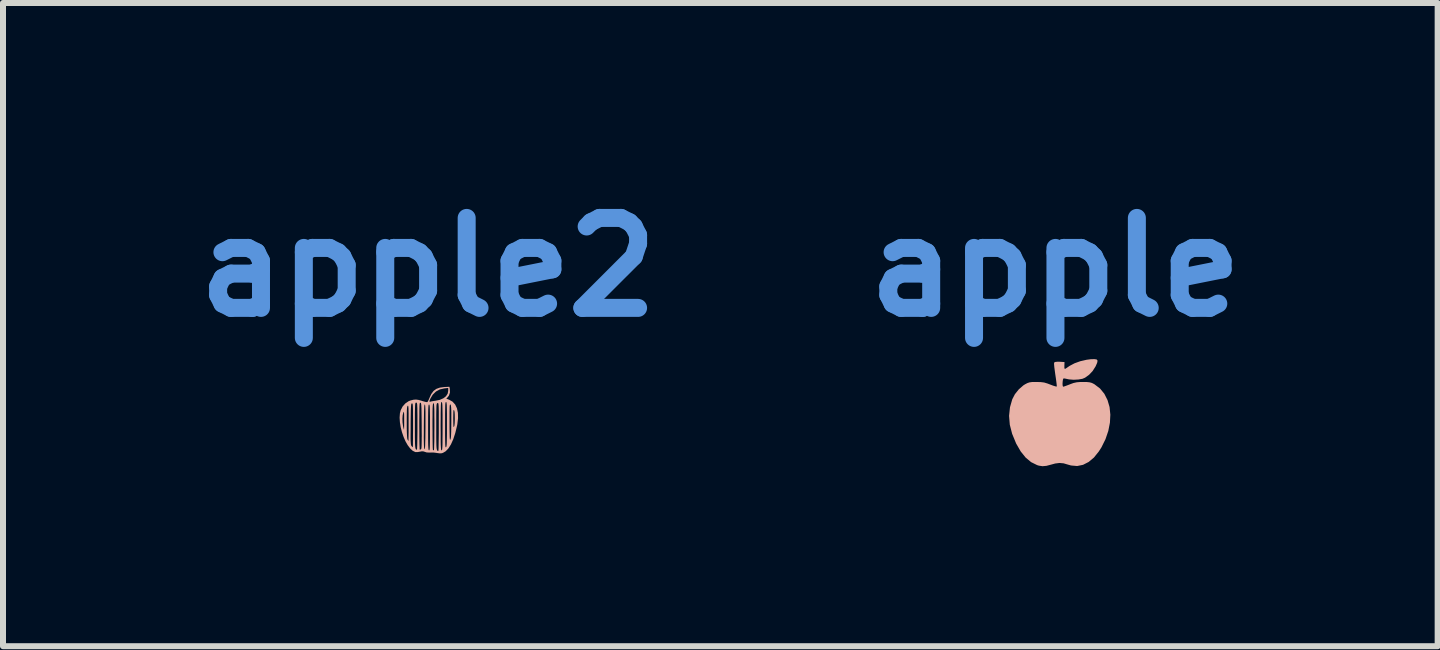
<source format=kicad_pcb>
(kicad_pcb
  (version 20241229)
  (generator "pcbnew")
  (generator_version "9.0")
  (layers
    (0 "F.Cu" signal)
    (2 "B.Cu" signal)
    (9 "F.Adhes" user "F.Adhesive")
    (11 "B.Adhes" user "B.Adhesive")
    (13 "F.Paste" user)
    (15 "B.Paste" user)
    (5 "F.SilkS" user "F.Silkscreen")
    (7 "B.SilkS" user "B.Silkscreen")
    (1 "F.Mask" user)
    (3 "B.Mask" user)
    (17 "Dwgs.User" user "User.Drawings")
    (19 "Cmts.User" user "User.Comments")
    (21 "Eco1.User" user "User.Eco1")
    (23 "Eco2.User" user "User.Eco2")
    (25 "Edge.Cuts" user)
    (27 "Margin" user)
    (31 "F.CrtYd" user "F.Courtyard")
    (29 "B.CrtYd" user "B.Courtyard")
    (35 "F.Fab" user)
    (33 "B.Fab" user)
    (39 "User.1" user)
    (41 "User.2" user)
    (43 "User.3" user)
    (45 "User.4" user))
  (footprint "apple2"
    (layer "F.Cu")
    (at 4.086 3.944)
    (property "Reference" "apple2" (at 0 -2.54 0) (layer "Cmts.User") (effects (font (size 1.5 1.5) (thickness 0.3))))
    (attr board_only exclude_from_pos_files exclude_from_bom)
    (fp_poly (pts (xy 0.362 -0.509) (xy 0.364 -0.451) (xy 0.348 -0.402) (xy 0.329 -0.376) (xy 0.303 -0.349) (xy 0.35 -0.331) (xy 0.407 -0.299) (xy 0.451 -0.251) (xy 0.481 -0.188) (xy 0.497 -0.112) (xy 0.499 -0.022) (xy 0.487 0.08) (xy 0.482 0.104) (xy 0.453 0.224) (xy 0.419 0.328) (xy 0.381 0.413) (xy 0.339 0.48) (xy 0.293 0.528) (xy 0.254 0.551) (xy 0.232 0.56) (xy 0.211 0.563) (xy 0.186 0.562) (xy 0.149 0.557) (xy 0.131 0.554) (xy 0.09 0.549) (xy 0.048 0.549) (xy 0.035 0.55) (xy -0.022 0.548) (xy -0.048 0.54) (xy -0.078 0.53) (xy -0.106 0.529) (xy -0.137 0.535) (xy -0.172 0.541) (xy -0.205 0.542) (xy -0.214 0.541) (xy -0.257 0.52) (xy -0.299 0.481) (xy -0.34 0.427) (xy -0.377 0.362) (xy -0.409 0.288) (xy -0.436 0.209) (xy -0.457 0.127) (xy -0.47 0.045) (xy -0.474 -0.016) (xy -0.428 -0.016) (xy -0.426 0.046) (xy -0.418 0.107) (xy -0.418 0.108) (xy -0.411 0.14) (xy -0.405 0.162) (xy -0.402 0.168) (xy -0.401 0.158) (xy -0.4 0.13) (xy -0.399 0.089) (xy -0.399 0.043) (xy -0.356 0.043) (xy -0.356 0.141) (xy -0.354 0.219) (xy -0.351 0.276) (xy -0.348 0.313) (xy -0.344 0.329) (xy -0.334 0.349) (xy -0.328 0.356) (xy -0.327 0.346) (xy -0.327 0.318) (xy -0.326 0.274) (xy -0.326 0.249) (xy -0.292 0.249) (xy -0.292 0.309) (xy -0.291 0.354) (xy -0.289 0.387) (xy -0.287 0.41) (xy -0.284 0.426) (xy -0.28 0.436) (xy -0.276 0.442) (xy -0.262 0.456) (xy -0.255 0.461) (xy -0.254 0.451) (xy -0.253 0.422) (xy -0.253 0.377) (xy -0.252 0.319) (xy -0.252 0.248) (xy -0.251 0.169) (xy -0.251 0.104) (xy -0.22 0.104) (xy -0.22 0.205) (xy -0.22 0.287) (xy -0.219 0.353) (xy -0.218 0.403) (xy -0.216 0.44) (xy -0.213 0.467) (xy -0.209 0.484) (xy -0.204 0.494) (xy -0.198 0.499) (xy -0.19 0.501) (xy -0.186 0.502) (xy -0.184 0.492) (xy -0.183 0.463) (xy -0.181 0.419) (xy -0.18 0.359) (xy -0.179 0.289) (xy -0.178 0.208) (xy -0.178 0.121) (xy -0.178 0.11) (xy -0.178 0.109) (xy -0.147 0.109) (xy -0.146 0.198) (xy -0.146 0.279) (xy -0.145 0.351) (xy -0.144 0.412) (xy -0.142 0.459) (xy -0.141 0.49) (xy -0.139 0.502) (xy -0.139 0.503) (xy -0.124 0.497) (xy -0.118 0.494) (xy -0.114 0.487) (xy -0.111 0.471) (xy -0.109 0.444) (xy -0.108 0.404) (xy -0.107 0.35) (xy -0.107 0.299) (xy -0.072 0.299) (xy -0.071 0.366) (xy -0.07 0.416) (xy -0.068 0.453) (xy -0.066 0.477) (xy -0.063 0.49) (xy -0.06 0.494) (xy -0.057 0.492) (xy -0.054 0.481) (xy -0.051 0.46) (xy -0.049 0.425) (xy -0.048 0.377) (xy -0.046 0.312) (xy -0.045 0.23) (xy -0.044 0.131) (xy 0 0.131) (xy 0.000088 0.232) (xy 0.000406 0.313) (xy 0.001 0.378) (xy 0.002 0.427) (xy 0.004 0.463) (xy 0.006 0.488) (xy 0.008 0.503) (xy 0.012 0.511) (xy 0.016 0.513) (xy 0.016 0.513) (xy 0.02 0.511) (xy 0.023 0.503) (xy 0.026 0.488) (xy 0.028 0.464) (xy 0.029 0.428) (xy 0.03 0.378) (xy 0.031 0.314) (xy 0.031 0.232) (xy 0.031 0.132) (xy 0.031 0.131) (xy 0.031 0.113) (xy 0.073 0.113) (xy 0.074 0.201) (xy 0.074 0.283) (xy 0.075 0.355) (xy 0.076 0.416) (xy 0.077 0.463) (xy 0.079 0.494) (xy 0.08 0.506) (xy 0.08 0.506) (xy 0.095 0.513) (xy 0.096 0.513) (xy 0.098 0.503) (xy 0.1 0.474) (xy 0.101 0.429) (xy 0.103 0.37) (xy 0.104 0.299) (xy 0.104 0.219) (xy 0.105 0.131) (xy 0.105 0.121) (xy 0.136 0.121) (xy 0.136 0.223) (xy 0.136 0.305) (xy 0.137 0.371) (xy 0.138 0.422) (xy 0.14 0.46) (xy 0.143 0.487) (xy 0.147 0.504) (xy 0.151 0.515) (xy 0.158 0.52) (xy 0.166 0.522) (xy 0.17 0.523) (xy 0.172 0.513) (xy 0.174 0.484) (xy 0.175 0.439) (xy 0.176 0.38) (xy 0.177 0.309) (xy 0.178 0.228) (xy 0.178 0.14) (xy 0.178 0.121) (xy 0.178 0.11) (xy 0.209 0.11) (xy 0.21 0.214) (xy 0.21 0.298) (xy 0.21 0.366) (xy 0.211 0.418) (xy 0.213 0.456) (xy 0.215 0.483) (xy 0.217 0.5) (xy 0.22 0.51) (xy 0.224 0.513) (xy 0.225 0.513) (xy 0.229 0.511) (xy 0.233 0.504) (xy 0.235 0.489) (xy 0.237 0.464) (xy 0.239 0.429) (xy 0.24 0.381) (xy 0.24 0.318) (xy 0.241 0.238) (xy 0.241 0.139) (xy 0.241 0.11) (xy 0.241 0.09) (xy 0.283 0.09) (xy 0.283 0.191) (xy 0.283 0.272) (xy 0.284 0.336) (xy 0.285 0.384) (xy 0.286 0.419) (xy 0.288 0.443) (xy 0.29 0.456) (xy 0.294 0.462) (xy 0.297 0.462) (xy 0.299 0.461) (xy 0.303 0.455) (xy 0.306 0.443) (xy 0.309 0.424) (xy 0.311 0.395) (xy 0.312 0.355) (xy 0.313 0.301) (xy 0.314 0.231) (xy 0.314 0.144) (xy 0.314 0.077) (xy 0.314 -0.022) (xy 0.314 -0.067) (xy 0.357 -0.067) (xy 0.357 0.016) (xy 0.357 0.048) (xy 0.357 0.138) (xy 0.358 0.208) (xy 0.359 0.261) (xy 0.36 0.298) (xy 0.362 0.322) (xy 0.364 0.335) (xy 0.367 0.338) (xy 0.371 0.332) (xy 0.372 0.33) (xy 0.377 0.314) (xy 0.381 0.289) (xy 0.383 0.252) (xy 0.385 0.201) (xy 0.386 0.133) (xy 0.387 0.048) (xy 0.387 0.03) (xy 0.387 -0.033) (xy 0.419 -0.033) (xy 0.419 -0.015) (xy 0.42 0.045) (xy 0.421 0.087) (xy 0.423 0.113) (xy 0.426 0.124) (xy 0.43 0.124) (xy 0.432 0.12) (xy 0.439 0.098) (xy 0.443 0.058) (xy 0.445 0.000136) (xy 0.445 -0.023) (xy 0.444 -0.086) (xy 0.441 -0.129) (xy 0.435 -0.153) (xy 0.432 -0.159) (xy 0.427 -0.16) (xy 0.423 -0.15) (xy 0.421 -0.128) (xy 0.42 -0.089) (xy 0.419 -0.033) (xy 0.387 -0.033) (xy 0.387 -0.054) (xy 0.387 -0.119) (xy 0.386 -0.168) (xy 0.384 -0.204) (xy 0.381 -0.227) (xy 0.378 -0.242) (xy 0.373 -0.25) (xy 0.372 -0.251) (xy 0.367 -0.253) (xy 0.364 -0.249) (xy 0.361 -0.237) (xy 0.359 -0.215) (xy 0.358 -0.18) (xy 0.357 -0.132) (xy 0.357 -0.067) (xy 0.314 -0.067) (xy 0.314 -0.102) (xy 0.313 -0.165) (xy 0.312 -0.212) (xy 0.311 -0.247) (xy 0.308 -0.271) (xy 0.306 -0.285) (xy 0.302 -0.292) (xy 0.299 -0.293) (xy 0.294 -0.291) (xy 0.291 -0.283) (xy 0.288 -0.268) (xy 0.286 -0.244) (xy 0.285 -0.208) (xy 0.284 -0.159) (xy 0.283 -0.094) (xy 0.283 -0.013) (xy 0.283 0.088) (xy 0.283 0.09) (xy 0.241 0.09) (xy 0.241 0.006) (xy 0.241 -0.078) (xy 0.24 -0.146) (xy 0.239 -0.198) (xy 0.238 -0.236) (xy 0.236 -0.263) (xy 0.233 -0.28) (xy 0.23 -0.29) (xy 0.226 -0.293) (xy 0.225 -0.293) (xy 0.221 -0.291) (xy 0.218 -0.284) (xy 0.215 -0.269) (xy 0.213 -0.244) (xy 0.212 -0.209) (xy 0.211 -0.161) (xy 0.21 -0.098) (xy 0.21 -0.018) (xy 0.209 0.081) (xy 0.209 0.11) (xy 0.178 0.11) (xy 0.178 0.019) (xy 0.178 -0.064) (xy 0.178 -0.13) (xy 0.177 -0.181) (xy 0.176 -0.219) (xy 0.174 -0.245) (xy 0.172 -0.262) (xy 0.169 -0.272) (xy 0.165 -0.276) (xy 0.16 -0.276) (xy 0.157 -0.275) (xy 0.152 -0.273) (xy 0.147 -0.269) (xy 0.144 -0.261) (xy 0.141 -0.246) (xy 0.139 -0.223) (xy 0.138 -0.19) (xy 0.137 -0.145) (xy 0.136 -0.085) (xy 0.136 -0.009) (xy 0.136 0.085) (xy 0.136 0.121) (xy 0.105 0.121) (xy 0.105 0.12) (xy 0.105 0.018) (xy 0.104 -0.065) (xy 0.104 -0.131) (xy 0.103 -0.181) (xy 0.101 -0.219) (xy 0.099 -0.245) (xy 0.097 -0.261) (xy 0.094 -0.27) (xy 0.09 -0.272) (xy 0.089 -0.272) (xy 0.085 -0.27) (xy 0.082 -0.262) (xy 0.079 -0.247) (xy 0.077 -0.223) (xy 0.075 -0.187) (xy 0.074 -0.138) (xy 0.074 -0.074) (xy 0.073 0.008) (xy 0.073 0.108) (xy 0.073 0.113) (xy 0.031 0.113) (xy 0.031 0.03) (xy 0.031 -0.051) (xy 0.03 -0.116) (xy 0.029 -0.165) (xy 0.028 -0.201) (xy 0.026 -0.226) (xy 0.023 -0.241) (xy 0.02 -0.249) (xy 0.016 -0.251) (xy 0.016 -0.251) (xy 0.012 -0.249) (xy 0.008 -0.242) (xy 0.006 -0.226) (xy 0.004 -0.202) (xy 0.002 -0.166) (xy 0.001 -0.116) (xy 0.00041 -0.052) (xy 0.00009 0.029) (xy 0 0.13) (xy 0 0.131) (xy -0.044 0.131) (xy -0.044 0.129) (xy -0.044 0.026) (xy -0.044 -0.058) (xy -0.044 -0.125) (xy -0.045 -0.175) (xy -0.047 -0.212) (xy -0.049 -0.236) (xy -0.052 -0.249) (xy -0.055 -0.253) (xy -0.058 -0.251) (xy -0.061 -0.24) (xy -0.064 -0.219) (xy -0.066 -0.184) (xy -0.068 -0.136) (xy -0.069 -0.071) (xy -0.07 0.011) (xy -0.071 0.112) (xy -0.071 0.215) (xy -0.072 0.299) (xy -0.107 0.299) (xy -0.106 0.279) (xy -0.107 0.191) (xy -0.107 0.104) (xy -0.108 0.004) (xy -0.109 -0.076) (xy -0.11 -0.14) (xy -0.111 -0.189) (xy -0.113 -0.225) (xy -0.115 -0.25) (xy -0.117 -0.266) (xy -0.121 -0.275) (xy -0.125 -0.28) (xy -0.128 -0.281) (xy -0.133 -0.281) (xy -0.137 -0.277) (xy -0.14 -0.268) (xy -0.142 -0.251) (xy -0.144 -0.225) (xy -0.145 -0.187) (xy -0.146 -0.136) (xy -0.146 -0.07) (xy -0.147 0.013) (xy -0.147 0.109) (xy -0.178 0.109) (xy -0.178 0.009) (xy -0.178 -0.073) (xy -0.179 -0.138) (xy -0.179 -0.188) (xy -0.181 -0.225) (xy -0.182 -0.251) (xy -0.185 -0.267) (xy -0.188 -0.277) (xy -0.192 -0.281) (xy -0.197 -0.283) (xy -0.199 -0.283) (xy -0.204 -0.282) (xy -0.209 -0.279) (xy -0.212 -0.272) (xy -0.215 -0.258) (xy -0.217 -0.236) (xy -0.218 -0.204) (xy -0.219 -0.159) (xy -0.22 -0.1) (xy -0.22 -0.025) (xy -0.22 0.068) (xy -0.22 0.104) (xy -0.251 0.104) (xy -0.251 0.093) (xy -0.251 -0.004) (xy -0.252 -0.083) (xy -0.252 -0.144) (xy -0.253 -0.191) (xy -0.254 -0.225) (xy -0.256 -0.248) (xy -0.259 -0.261) (xy -0.262 -0.268) (xy -0.267 -0.271) (xy -0.27 -0.27) (xy -0.275 -0.268) (xy -0.279 -0.262) (xy -0.282 -0.25) (xy -0.284 -0.23) (xy -0.286 -0.2) (xy -0.288 -0.158) (xy -0.289 -0.102) (xy -0.29 -0.029) (xy -0.291 0.062) (xy -0.291 0.078) (xy -0.291 0.173) (xy -0.292 0.249) (xy -0.326 0.249) (xy -0.325 0.216) (xy -0.325 0.149) (xy -0.325 0.073) (xy -0.325 0.056) (xy -0.325 -0.031) (xy -0.325 -0.1) (xy -0.326 -0.151) (xy -0.327 -0.189) (xy -0.329 -0.213) (xy -0.332 -0.227) (xy -0.335 -0.232) (xy -0.34 -0.231) (xy -0.34 -0.23) (xy -0.345 -0.223) (xy -0.349 -0.21) (xy -0.352 -0.188) (xy -0.354 -0.155) (xy -0.355 -0.108) (xy -0.356 -0.045) (xy -0.356 0.036) (xy -0.356 0.043) (xy -0.399 0.043) (xy -0.399 0.038) (xy -0.399 0.008) (xy -0.399 -0.052) (xy -0.4 -0.094) (xy -0.402 -0.119) (xy -0.404 -0.13) (xy -0.407 -0.129) (xy -0.412 -0.118) (xy -0.414 -0.115) (xy -0.424 -0.072) (xy -0.428 -0.016) (xy -0.474 -0.016) (xy -0.475 -0.033) (xy -0.47 -0.104) (xy -0.457 -0.156) (xy -0.425 -0.218) (xy -0.38 -0.269) (xy -0.324 -0.307) (xy -0.292 -0.319) (xy -0.244 -0.331) (xy -0.202 -0.334) (xy -0.159 -0.328) (xy -0.106 -0.313) (xy -0.098 -0.31) (xy -0.06 -0.299) (xy -0.031 -0.292) (xy -0.014 -0.291) (xy -0.013 -0.292) (xy -0.005 -0.302) (xy 0.022 -0.302) (xy 0.029 -0.296) (xy 0.039 -0.299) (xy 0.059 -0.304) (xy 0.092 -0.31) (xy 0.122 -0.314) (xy 0.195 -0.329) (xy 0.254 -0.355) (xy 0.298 -0.389) (xy 0.326 -0.432) (xy 0.335 -0.479) (xy 0.335 -0.527) (xy 0.272 -0.52) (xy 0.196 -0.503) (xy 0.131 -0.468) (xy 0.078 -0.416) (xy 0.043 -0.359) (xy 0.026 -0.323) (xy 0.022 -0.302) (xy -0.005 -0.302) (xy -0.003 -0.305) (xy 0.01 -0.331) (xy 0.02 -0.355) (xy 0.052 -0.425) (xy 0.09 -0.477) (xy 0.137 -0.512) (xy 0.196 -0.533) (xy 0.27 -0.543) (xy 0.274 -0.543) (xy 0.355 -0.547)) (stroke (width 0) (type solid)) (fill yes) (layer "B.SilkS")))
  (footprint "apple"
    (layer "F.Cu")
    (at 14.543 3.944)
    (property "Reference" "apple" (at 0 -2.54 0) (layer "Cmts.User") (effects (font (size 1.5 1.5) (thickness 0.3))))
    (attr board_only exclude_from_pos_files exclude_from_bom)
    (fp_poly (pts (xy 0.688 -1.002) (xy 0.702 -0.982) (xy 0.695 -0.946) (xy 0.67 -0.889) (xy 0.669 -0.887) (xy 0.621 -0.811) (xy 0.56 -0.746) (xy 0.493 -0.698) (xy 0.45 -0.68) (xy 0.382 -0.668) (xy 0.302 -0.664) (xy 0.226 -0.67) (xy 0.188 -0.678) (xy 0.154 -0.685) (xy 0.134 -0.686) (xy 0.133 -0.686) (xy 0.125 -0.666) (xy 0.12 -0.631) (xy 0.118 -0.593) (xy 0.121 -0.562) (xy 0.127 -0.548) (xy 0.128 -0.548) (xy 0.148 -0.553) (xy 0.187 -0.567) (xy 0.237 -0.586) (xy 0.241 -0.588) (xy 0.301 -0.61) (xy 0.356 -0.622) (xy 0.418 -0.627) (xy 0.462 -0.627) (xy 0.526 -0.626) (xy 0.571 -0.621) (xy 0.607 -0.611) (xy 0.643 -0.593) (xy 0.651 -0.588) (xy 0.743 -0.518) (xy 0.815 -0.43) (xy 0.868 -0.325) (xy 0.902 -0.209) (xy 0.915 -0.082) (xy 0.908 0.052) (xy 0.881 0.189) (xy 0.834 0.327) (xy 0.766 0.464) (xy 0.723 0.531) (xy 0.642 0.632) (xy 0.554 0.706) (xy 0.46 0.754) (xy 0.362 0.774) (xy 0.26 0.765) (xy 0.21 0.751) (xy 0.135 0.729) (xy 0.067 0.723) (xy -0.004 0.732) (xy -0.07 0.75) (xy -0.15 0.771) (xy -0.215 0.777) (xy -0.275 0.768) (xy -0.305 0.759) (xy -0.406 0.709) (xy -0.497 0.633) (xy -0.579 0.531) (xy -0.653 0.403) (xy -0.656 0.397) (xy -0.722 0.237) (xy -0.761 0.085) (xy -0.773 -0.062) (xy -0.758 -0.205) (xy -0.72 -0.338) (xy -0.676 -0.423) (xy -0.611 -0.504) (xy -0.534 -0.571) (xy -0.507 -0.588) (xy -0.469 -0.608) (xy -0.434 -0.62) (xy -0.391 -0.626) (xy -0.332 -0.627) (xy -0.317 -0.627) (xy -0.245 -0.625) (xy -0.188 -0.618) (xy -0.132 -0.601) (xy -0.09 -0.585) (xy -0.04 -0.566) (xy -0.001 -0.554) (xy 0.02 -0.55) (xy 0.021 -0.55) (xy 0.022 -0.566) (xy 0.018 -0.605) (xy 0.011 -0.661) (xy 0.001 -0.729) (xy -0.001 -0.742) (xy -0.011 -0.814) (xy -0.019 -0.875) (xy -0.023 -0.922) (xy -0.023 -0.947) (xy -0.022 -0.948) (xy -0.008 -0.96) (xy 0.027 -0.964) (xy 0.068 -0.964) (xy 0.151 -0.959) (xy 0.149 -0.898) (xy 0.149 -0.858) (xy 0.156 -0.845) (xy 0.163 -0.846) (xy 0.185 -0.86) (xy 0.22 -0.884) (xy 0.238 -0.896) (xy 0.317 -0.938) (xy 0.414 -0.973) (xy 0.519 -0.997) (xy 0.587 -1.006) (xy 0.65 -1.008)) (stroke (width 0) (type solid)) (fill yes) (layer "B.SilkS")))
  (gr_rect
    (start -3 -3)
    (end 20.914 7.721)
    (stroke (width 0.1) (type default))
    (fill no)
    (layer "Edge.Cuts")))
</source>
